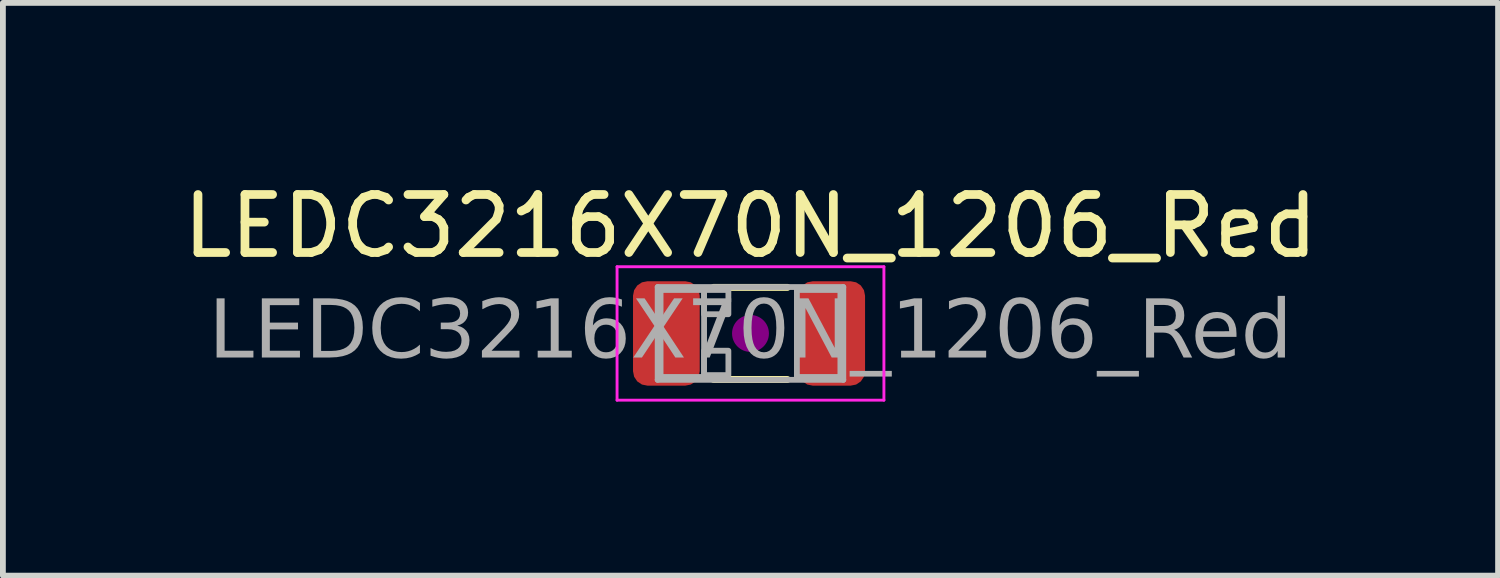
<source format=kicad_pcb>
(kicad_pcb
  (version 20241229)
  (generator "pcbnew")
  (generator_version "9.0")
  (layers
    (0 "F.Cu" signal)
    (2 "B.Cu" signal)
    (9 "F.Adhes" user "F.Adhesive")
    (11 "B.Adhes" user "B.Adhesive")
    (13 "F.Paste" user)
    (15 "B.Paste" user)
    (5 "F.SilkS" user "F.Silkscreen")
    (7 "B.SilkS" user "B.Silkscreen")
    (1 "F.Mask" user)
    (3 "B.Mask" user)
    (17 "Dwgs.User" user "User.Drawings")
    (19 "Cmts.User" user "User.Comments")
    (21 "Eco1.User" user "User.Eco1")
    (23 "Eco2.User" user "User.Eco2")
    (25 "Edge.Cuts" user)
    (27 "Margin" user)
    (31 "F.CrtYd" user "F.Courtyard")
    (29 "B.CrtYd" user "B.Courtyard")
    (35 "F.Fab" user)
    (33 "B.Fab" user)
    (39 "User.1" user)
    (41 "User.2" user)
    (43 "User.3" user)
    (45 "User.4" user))
  (footprint "LEDC3216X70N_1206_Red"
    (layer "F.Cu")
    (at 9.887 2.698)
    (property "Reference" "LEDC3216X70N_1206_Red" (at 0 -1.85 0) (layer "F.SilkS") (effects (font (size 1 1) (thickness 0.15))))
    (attr smd)
    (fp_line (start -0.635 -0.794) (end 0.635 -0.794) (stroke (width 0.12) (type solid)) (layer "F.SilkS"))
    (fp_line (start -0.635 0.794) (end 0.635 0.794) (stroke (width 0.12) (type solid)) (layer "F.SilkS"))
    (fp_circle (center 0 0) (end 0.318 0) (stroke (width 0) (type solid)) (fill yes) (layer "F.Adhes"))
    (fp_line (start -2.3 -1.15) (end 2.3 -1.15) (stroke (width 0.05) (type solid)) (layer "F.CrtYd"))
    (fp_line (start -2.3 1.15) (end -2.3 -1.15) (stroke (width 0.05) (type solid)) (layer "F.CrtYd"))
    (fp_line (start 2.3 -1.15) (end 2.3 1.15) (stroke (width 0.05) (type solid)) (layer "F.CrtYd"))
    (fp_line (start 2.3 1.15) (end -2.3 1.15) (stroke (width 0.05) (type solid)) (layer "F.CrtYd"))
    (fp_line (start -1.6 -0.8) (end 1.6 -0.8) (stroke (width 0.1) (type solid)) (layer "F.Fab"))
    (fp_line (start -1.6 0.8) (end -1.6 -0.8) (stroke (width 0.1) (type solid)) (layer "F.Fab"))
    (fp_line (start 1.6 -0.8) (end 1.6 0.8) (stroke (width 0.1) (type solid)) (layer "F.Fab"))
    (fp_line (start 1.6 0.8) (end -1.6 0.8) (stroke (width 0.1) (type solid)) (layer "F.Fab"))
    (fp_rect (start -0.8 -0.75) (end -0.381 -0.331) (stroke (width 0.1) (type solid)) (fill no) (layer "F.Fab"))
    (fp_rect (start -0.8 0.298) (end -0.381 0.718) (stroke (width 0.1) (type solid)) (fill no) (layer "F.Fab"))
    (fp_rect (start -0.8 0.75) (end -1.55 -0.75) (stroke (width 0.1) (type solid)) (fill no) (layer "F.Fab"))
    (fp_rect (start 0.8 -0.75) (end 1.55 0.75) (stroke (width 0.1) (type solid)) (fill no) (layer "F.Fab"))
    (fp_text user "${REFERENCE}" (at 0 0 0) (layer "F.Fab") (effects (font (face "Tahoma") (size 1 1) (thickness 0.15))))
    (pad "A" smd roundrect (at 1.4 0) (size 1.15 1.8) (layers "F.Cu" "F.Mask" "F.Paste") (roundrect_rratio 0.217))
    (pad "C" smd roundrect (at -1.45 0) (size 1.15 1.8) (layers "F.Cu" "F.Mask" "F.Paste") (roundrect_rratio 0.217)))
  (gr_rect
    (start -3 -3)
    (end 22.774 6.873)
    (stroke (width 0.1) (type default))
    (fill no)
    (layer "Edge.Cuts")))
</source>
